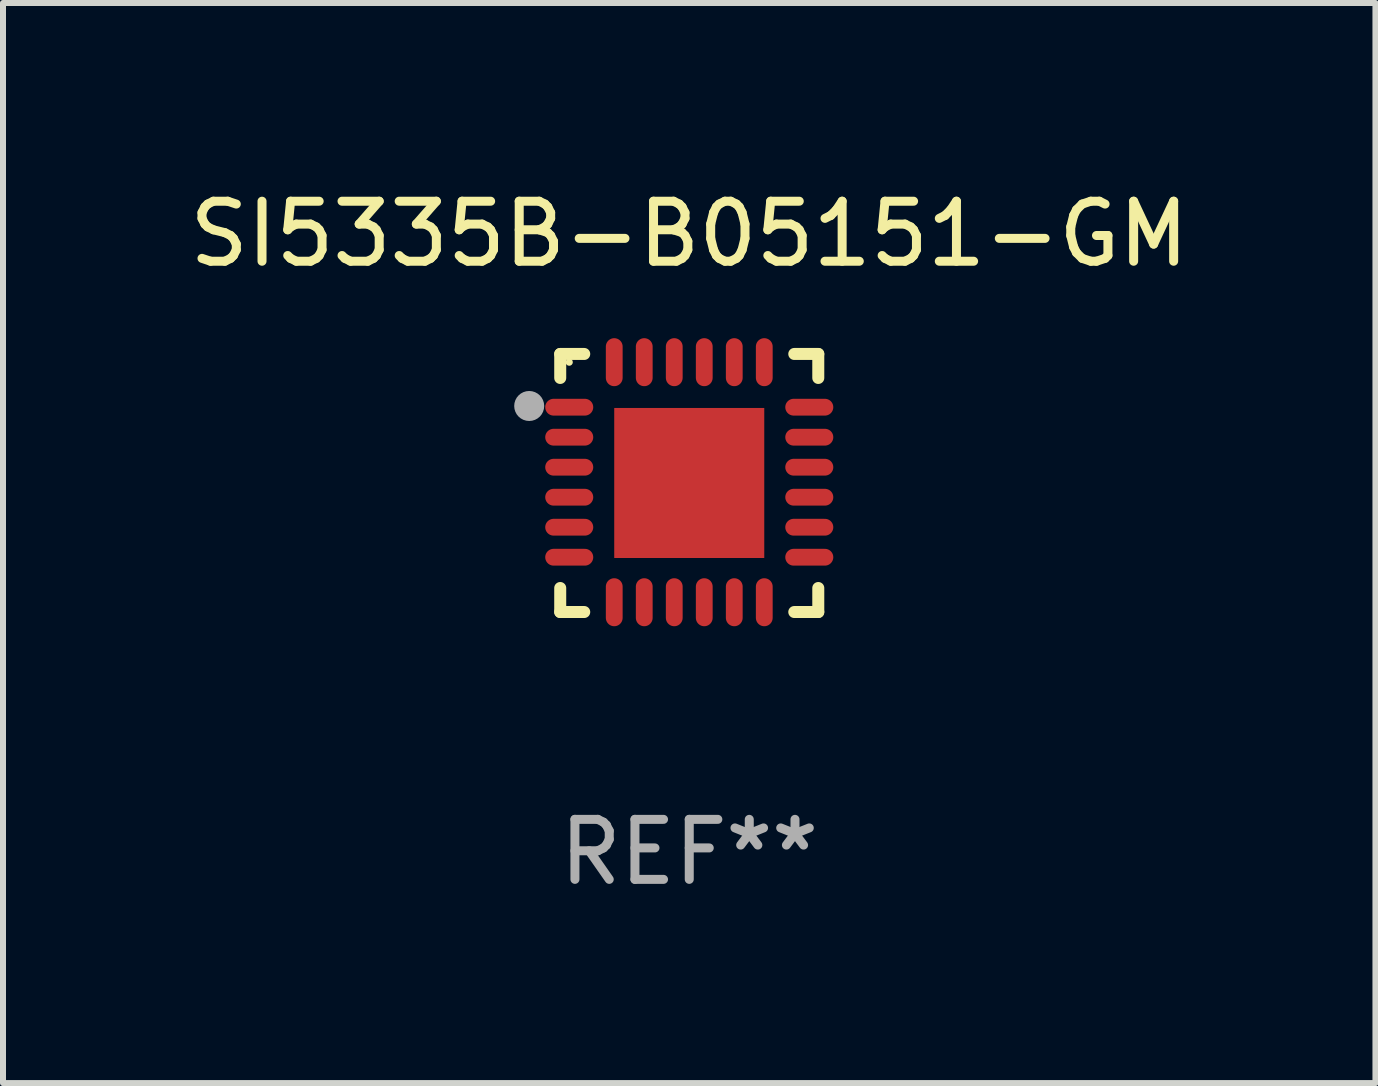
<source format=kicad_pcb>
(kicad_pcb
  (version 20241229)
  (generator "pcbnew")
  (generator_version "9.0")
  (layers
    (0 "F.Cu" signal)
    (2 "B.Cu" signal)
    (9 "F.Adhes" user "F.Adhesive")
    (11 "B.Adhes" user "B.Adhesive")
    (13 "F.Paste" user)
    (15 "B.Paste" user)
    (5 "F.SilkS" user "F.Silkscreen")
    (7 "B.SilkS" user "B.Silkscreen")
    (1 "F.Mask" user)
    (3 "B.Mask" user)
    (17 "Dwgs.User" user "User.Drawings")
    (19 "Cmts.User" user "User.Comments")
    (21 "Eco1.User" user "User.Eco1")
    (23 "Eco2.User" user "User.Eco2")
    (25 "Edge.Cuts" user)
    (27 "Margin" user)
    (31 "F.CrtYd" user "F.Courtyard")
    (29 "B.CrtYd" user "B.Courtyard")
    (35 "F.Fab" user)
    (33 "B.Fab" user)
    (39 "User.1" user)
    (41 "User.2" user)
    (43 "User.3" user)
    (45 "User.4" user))
  (footprint "SI5335B-B05151-GM"
    (layer "F.Cu")
    (at 8.435 4.998)
    (property "Reference" "SI5335B-B05151-GM" (at 0 -4.15 0) (layer "F.SilkS") (effects (font (size 1 1) (thickness 0.15))))
    (attr through_hole)
    (fp_line (start -2.15 -2.15) (end -1.75 -2.15) (stroke (width 0.2) (type solid)) (layer "F.SilkS"))
    (fp_line (start -2.15 -1.75) (end -2.15 -2.15) (stroke (width 0.2) (type solid)) (layer "F.SilkS"))
    (fp_line (start -2.15 2.15) (end -2.15 1.75) (stroke (width 0.2) (type solid)) (layer "F.SilkS"))
    (fp_line (start -1.75 2.15) (end -2.15 2.15) (stroke (width 0.2) (type solid)) (layer "F.SilkS"))
    (fp_line (start 1.75 -2.15) (end 2.15 -2.15) (stroke (width 0.2) (type solid)) (layer "F.SilkS"))
    (fp_line (start 1.75 2.15) (end 2.15 2.15) (stroke (width 0.2) (type solid)) (layer "F.SilkS"))
    (fp_line (start 2.15 -2.15) (end 2.15 -1.75) (stroke (width 0.2) (type solid)) (layer "F.SilkS"))
    (fp_line (start 2.15 2.15) (end 2.15 1.75) (stroke (width 0.2) (type solid)) (layer "F.SilkS"))
    (fp_circle (center -2 -2.013) (end -1.97 -2.013) (stroke (width 0.06) (type solid)) (fill no) (layer "F.SilkS"))
    (fp_circle (center -2.667 -1.283) (end -2.542 -1.283) (stroke (width 0.25) (type solid)) (fill no) (layer "F.Fab"))
    (fp_text user "REF**" (at 0 6.15 0) (layer "F.Fab") (effects (font (size 1 1) (thickness 0.15))))
    (pad "1" smd oval (at -2 -1.263) (size 0.8 0.28) (layers "F.Cu" "F.Mask" "F.Paste"))
    (pad "2" smd oval (at -2 -0.763) (size 0.8 0.28) (layers "F.Cu" "F.Mask" "F.Paste"))
    (pad "3" smd oval (at -2 -0.263) (size 0.8 0.28) (layers "F.Cu" "F.Mask" "F.Paste"))
    (pad "4" smd oval (at -2 0.237) (size 0.8 0.28) (layers "F.Cu" "F.Mask" "F.Paste"))
    (pad "5" smd oval (at -2 0.737) (size 0.8 0.28) (layers "F.Cu" "F.Mask" "F.Paste"))
    (pad "6" smd oval (at -2 1.237) (size 0.8 0.28) (layers "F.Cu" "F.Mask" "F.Paste"))
    (pad "7" smd oval (at -1.25 1.987) (size 0.28 0.8) (layers "F.Cu" "F.Mask" "F.Paste"))
    (pad "8" smd oval (at -0.75 1.987) (size 0.28 0.8) (layers "F.Cu" "F.Mask" "F.Paste"))
    (pad "9" smd oval (at -0.25 1.987) (size 0.28 0.8) (layers "F.Cu" "F.Mask" "F.Paste"))
    (pad "10" smd oval (at 0.25 1.987) (size 0.28 0.8) (layers "F.Cu" "F.Mask" "F.Paste"))
    (pad "11" smd oval (at 0.75 1.987) (size 0.28 0.8) (layers "F.Cu" "F.Mask" "F.Paste"))
    (pad "12" smd oval (at 1.25 1.987) (size 0.28 0.8) (layers "F.Cu" "F.Mask" "F.Paste"))
    (pad "13" smd oval (at 2 1.237) (size 0.8 0.28) (layers "F.Cu" "F.Mask" "F.Paste"))
    (pad "14" smd oval (at 2 0.737) (size 0.8 0.28) (layers "F.Cu" "F.Mask" "F.Paste"))
    (pad "15" smd oval (at 2 0.237) (size 0.8 0.28) (layers "F.Cu" "F.Mask" "F.Paste"))
    (pad "16" smd oval (at 2 -0.263) (size 0.8 0.28) (layers "F.Cu" "F.Mask" "F.Paste"))
    (pad "17" smd oval (at 2 -0.763) (size 0.8 0.28) (layers "F.Cu" "F.Mask" "F.Paste"))
    (pad "18" smd oval (at 2 -1.263) (size 0.8 0.28) (layers "F.Cu" "F.Mask" "F.Paste"))
    (pad "19" smd oval (at 1.25 -2.013) (size 0.28 0.8) (layers "F.Cu" "F.Mask" "F.Paste"))
    (pad "20" smd oval (at 0.75 -2.013) (size 0.28 0.8) (layers "F.Cu" "F.Mask" "F.Paste"))
    (pad "21" smd oval (at 0.25 -2.013) (size 0.28 0.8) (layers "F.Cu" "F.Mask" "F.Paste"))
    (pad "22" smd oval (at -0.25 -2.013) (size 0.28 0.8) (layers "F.Cu" "F.Mask" "F.Paste"))
    (pad "23" smd oval (at -0.75 -2.013) (size 0.28 0.8) (layers "F.Cu" "F.Mask" "F.Paste"))
    (pad "24" smd oval (at -1.25 -2.013) (size 0.28 0.8) (layers "F.Cu" "F.Mask" "F.Paste"))
    (pad "25" smd rect (at -0.000127 -0.00014) (size 2.5 2.5) (layers "F.Cu" "F.Mask" "F.Paste")))
  (gr_rect
    (start -3 -3)
    (end 19.869 14.997)
    (stroke (width 0.1) (type default))
    (fill no)
    (layer "Edge.Cuts")))
</source>
